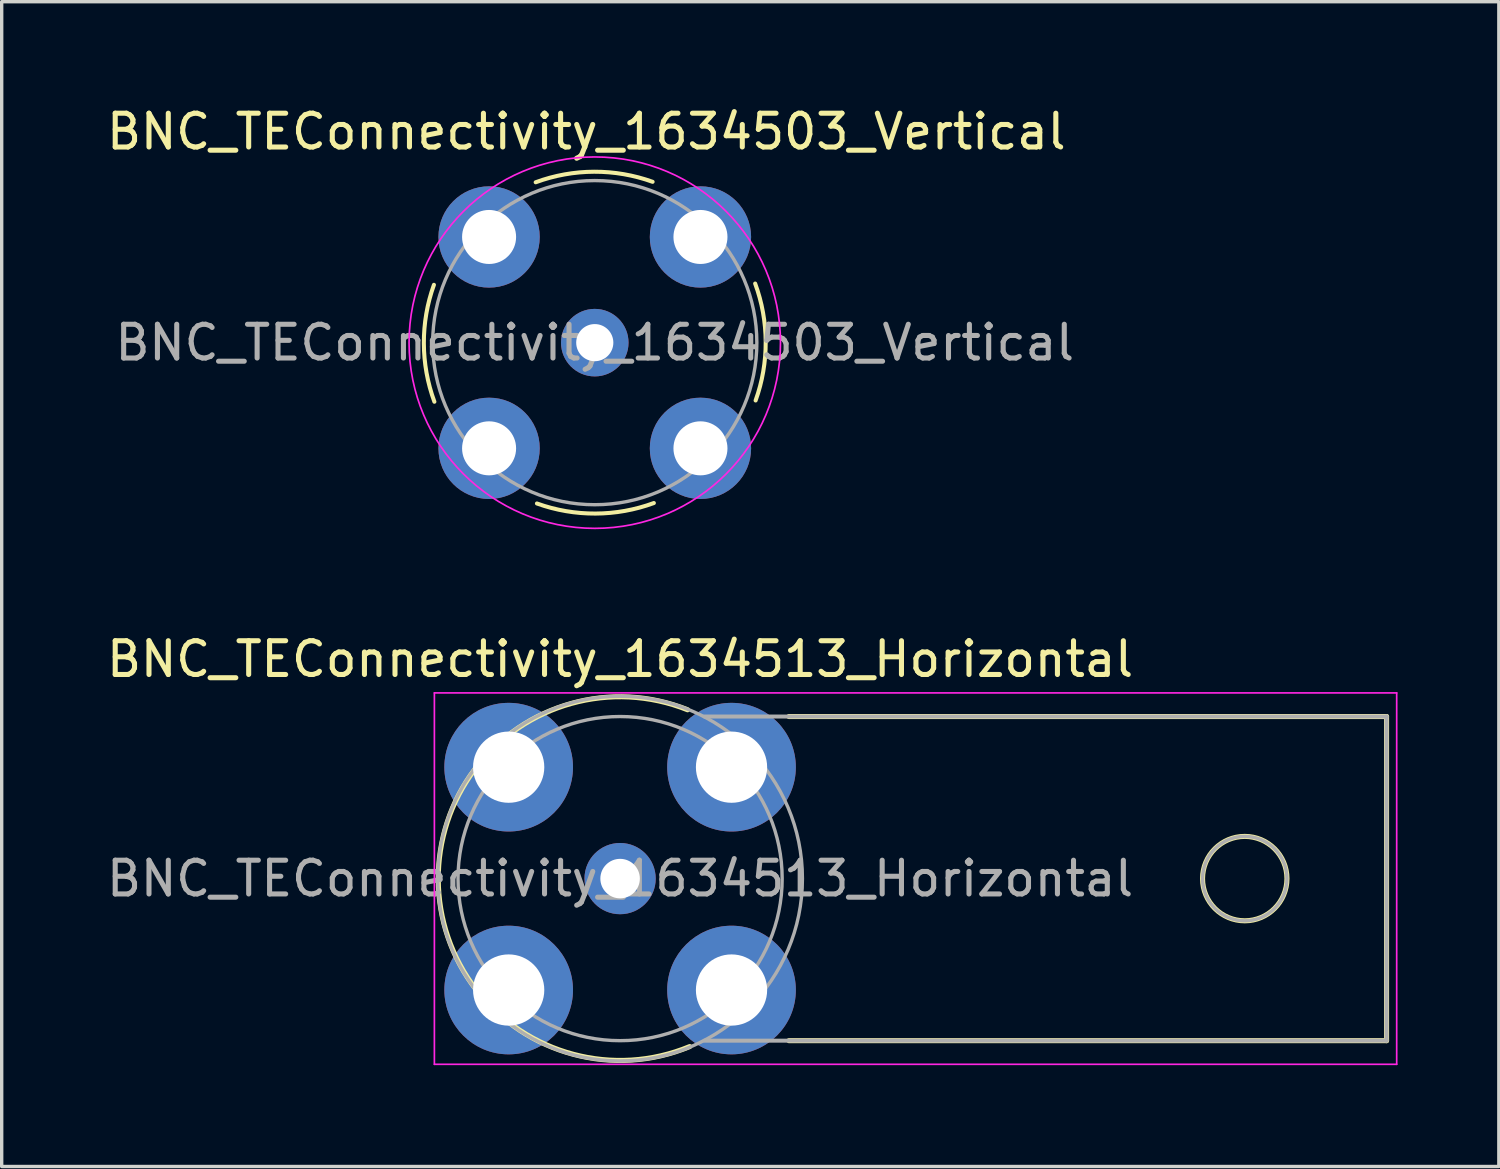
<source format=kicad_pcb>
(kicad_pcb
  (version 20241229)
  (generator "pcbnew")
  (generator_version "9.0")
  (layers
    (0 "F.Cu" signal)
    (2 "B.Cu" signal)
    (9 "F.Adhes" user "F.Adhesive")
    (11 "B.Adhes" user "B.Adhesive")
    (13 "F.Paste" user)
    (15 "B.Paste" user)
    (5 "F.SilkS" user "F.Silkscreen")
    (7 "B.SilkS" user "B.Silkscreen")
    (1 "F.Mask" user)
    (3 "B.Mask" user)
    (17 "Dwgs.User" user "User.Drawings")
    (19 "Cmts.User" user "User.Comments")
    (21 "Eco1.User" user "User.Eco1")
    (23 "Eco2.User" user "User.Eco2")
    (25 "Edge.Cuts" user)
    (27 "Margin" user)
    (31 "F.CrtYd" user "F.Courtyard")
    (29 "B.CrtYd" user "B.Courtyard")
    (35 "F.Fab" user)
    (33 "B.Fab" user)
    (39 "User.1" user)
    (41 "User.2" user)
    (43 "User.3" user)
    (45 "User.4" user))
  (footprint "BNC_TEConnectivity_1634513_Horizontal"
    (layer "F.Cu")
    (at 15.315 22.971)
    (property "Reference" "BNC_TEConnectivity_1634513_Horizontal" (at 0 -6.5 0) (layer "F.SilkS") (effects (font (size 1 1) (thickness 0.15))))
    (attr through_hole)
    (fp_line (start 5 -4.8) (end 22.7 -4.8) (stroke (width 0.15) (type solid)) (layer "F.SilkS"))
    (fp_line (start 22.7 -4.8) (end 22.7 4.8) (stroke (width 0.15) (type solid)) (layer "F.SilkS"))
    (fp_line (start 22.7 4.8) (end 5 4.8) (stroke (width 0.15) (type solid)) (layer "F.SilkS"))
    (fp_arc (start 2.060691 4.975294) (mid -5.385065 0.032763) (end 2 -5) (stroke (width 0.15) (type solid)) (layer "F.SilkS"))
    (fp_circle (center 18.5 0) (end 19.75 0) (stroke (width 0.15) (type solid)) (fill no) (layer "F.SilkS"))
    (fp_line (start -5.5 -5.5) (end 23 -5.5) (stroke (width 0.05) (type solid)) (layer "F.CrtYd"))
    (fp_line (start -5.5 5.5) (end -5.5 -5.5) (stroke (width 0.05) (type solid)) (layer "F.CrtYd"))
    (fp_line (start 23 -5.5) (end 23 5.5) (stroke (width 0.05) (type solid)) (layer "F.CrtYd"))
    (fp_line (start 23 5.5) (end -5.5 5.5) (stroke (width 0.05) (type solid)) (layer "F.CrtYd"))
    (fp_line (start 2.5 -4.8) (end 22.7 -4.8) (stroke (width 0.12) (type solid)) (layer "F.Fab"))
    (fp_line (start 2.5 4.8) (end 22.7 4.8) (stroke (width 0.12) (type solid)) (layer "F.Fab"))
    (fp_line (start 22.7 -4.8) (end 22.7 4.8) (stroke (width 0.12) (type solid)) (layer "F.Fab"))
    (fp_circle (center 0 0) (end 4.8 0) (stroke (width 0.1) (type solid)) (fill no) (layer "F.Fab"))
    (fp_circle (center 0 0) (end 5.4 0) (stroke (width 0.1) (type solid)) (fill no) (layer "F.Fab"))
    (fp_circle (center 18.5 0) (end 19.75 0) (stroke (width 0.1) (type solid)) (fill no) (layer "F.Fab"))
    (fp_text user "${REFERENCE}" (at 0 0 0) (layer "F.Fab") (effects (font (size 1 1) (thickness 0.15))))
    (pad "1" thru_hole circle (at 0 0) (size 2.11 2.11) (drill 1.17) (layers "*.Cu" "*.Mask"))
    (pad "2" thru_hole circle (at -3.3 -3.3) (size 3.81 3.81) (drill 2.11) (layers "*.Cu" "*.Mask"))
    (pad "2" thru_hole circle (at -3.3 3.3) (size 3.81 3.81) (drill 2.11) (layers "*.Cu" "*.Mask"))
    (pad "2" thru_hole circle (at 3.3 -3.3) (size 3.81 3.81) (drill 2.11) (layers "*.Cu" "*.Mask"))
    (pad "2" thru_hole circle (at 3.3 3.3) (size 3.81 3.81) (drill 2.11) (layers "*.Cu" "*.Mask")))
  (footprint "BNC_TEConnectivity_1634503_Vertical"
    (layer "F.Cu")
    (at 14.565 7.098)
    (property "Reference" "BNC_TEConnectivity_1634503_Vertical" (at -0.25 -6.25 0) (layer "F.SilkS") (effects (font (size 1 1) (thickness 0.15))))
    (attr through_hole)
    (fp_arc (start -4.75 1.75) (mid -5.062075 0.019867) (end -4.763589 -1.712663) (stroke (width 0.12) (type solid)) (layer "F.SilkS"))
    (fp_arc (start -1.75 -4.75) (mid -0.019867 -5.062075) (end 1.712663 -4.763589) (stroke (width 0.12) (type solid)) (layer "F.SilkS"))
    (fp_arc (start 1.75 4.75) (mid 0.019867 5.062075) (end -1.712663 4.763589) (stroke (width 0.12) (type solid)) (layer "F.SilkS"))
    (fp_arc (start 4.75 -1.75) (mid 5.062075 -0.019867) (end 4.763589 1.712663) (stroke (width 0.12) (type solid)) (layer "F.SilkS"))
    (fp_circle (center 0 0) (end 5.5 0) (stroke (width 0.05) (type solid)) (fill no) (layer "F.CrtYd"))
    (fp_circle (center 0 0) (end 4.8 0) (stroke (width 0.1) (type solid)) (fill no) (layer "F.Fab"))
    (fp_text user "${REFERENCE}" (at 0 0 0) (layer "F.Fab") (effects (font (size 1 1) (thickness 0.15))))
    (pad "1" thru_hole circle (at 0 0) (size 2 2) (drill 1.1) (layers "*.Cu" "*.Mask"))
    (pad "2" thru_hole circle (at -3.13 -3.13) (size 3 3) (drill 1.6) (layers "*.Cu" "*.Mask"))
    (pad "2" thru_hole circle (at -3.13 3.13) (size 3 3) (drill 1.6) (layers "*.Cu" "*.Mask"))
    (pad "2" thru_hole circle (at 3.13 -3.13) (size 3 3) (drill 1.6) (layers "*.Cu" "*.Mask"))
    (pad "2" thru_hole circle (at 3.13 3.13) (size 3 3) (drill 1.6) (layers "*.Cu" "*.Mask")))
  (gr_rect
    (start -3 -3)
    (end 41.34 31.497)
    (stroke (width 0.1) (type default))
    (fill no)
    (layer "Edge.Cuts")))
</source>
